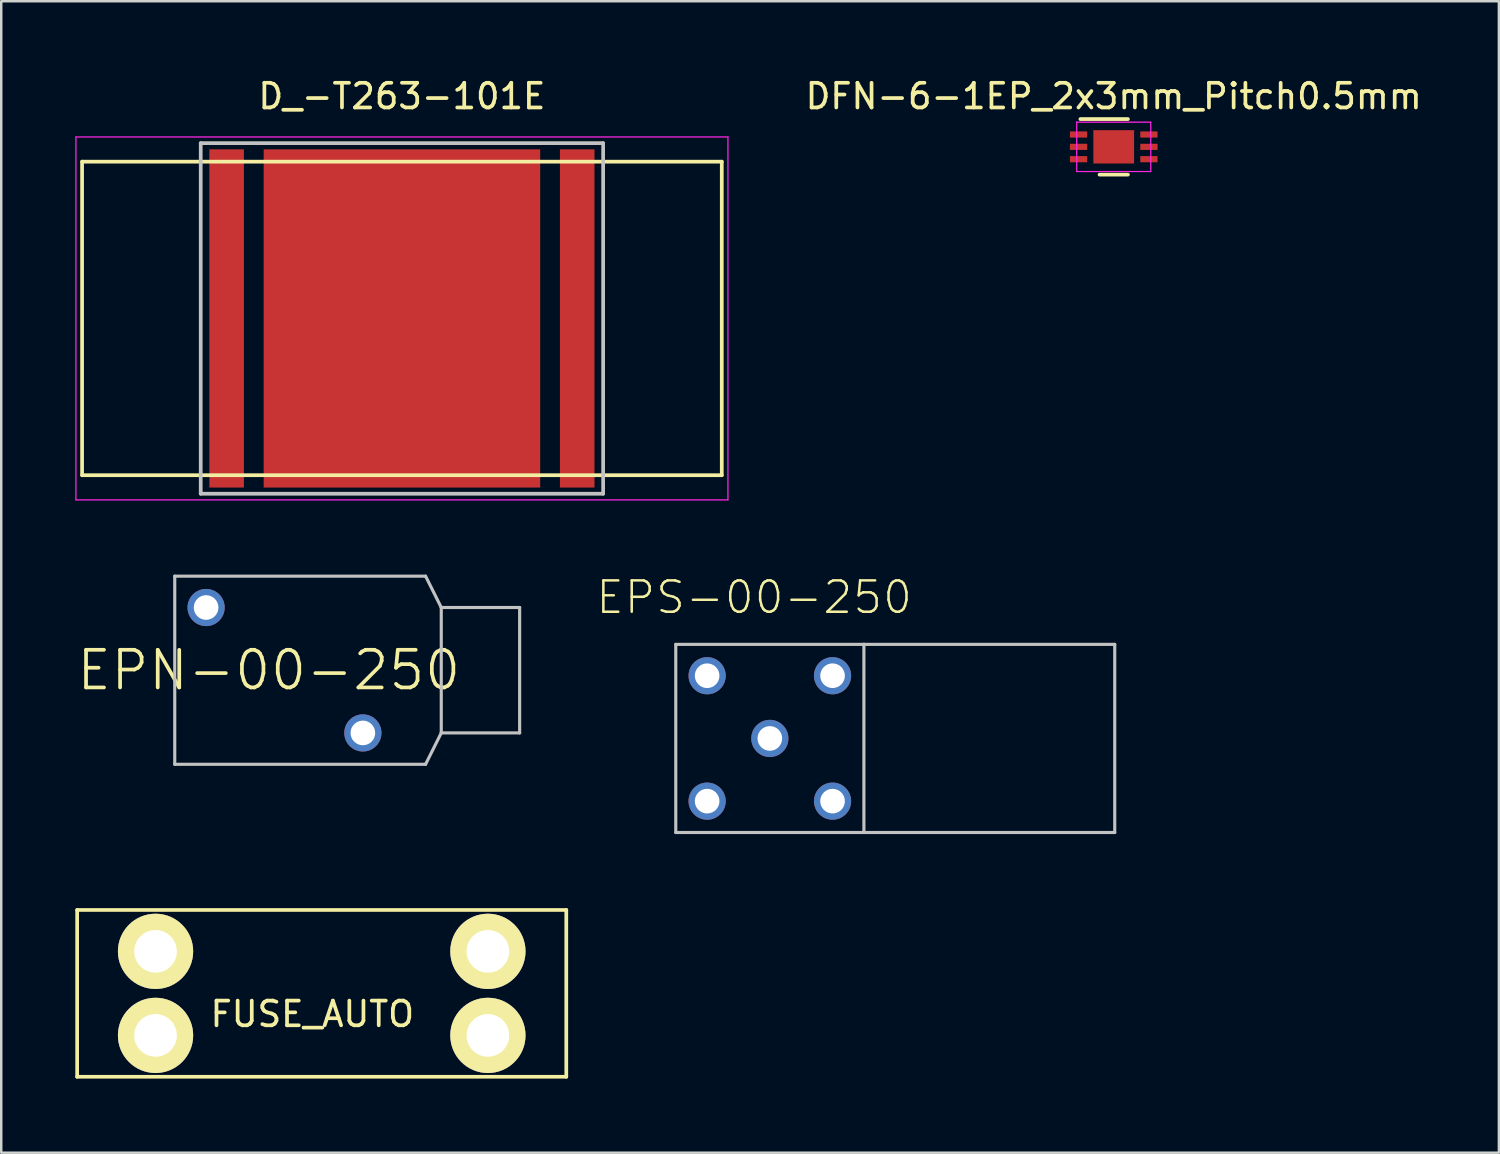
<source format=kicad_pcb>
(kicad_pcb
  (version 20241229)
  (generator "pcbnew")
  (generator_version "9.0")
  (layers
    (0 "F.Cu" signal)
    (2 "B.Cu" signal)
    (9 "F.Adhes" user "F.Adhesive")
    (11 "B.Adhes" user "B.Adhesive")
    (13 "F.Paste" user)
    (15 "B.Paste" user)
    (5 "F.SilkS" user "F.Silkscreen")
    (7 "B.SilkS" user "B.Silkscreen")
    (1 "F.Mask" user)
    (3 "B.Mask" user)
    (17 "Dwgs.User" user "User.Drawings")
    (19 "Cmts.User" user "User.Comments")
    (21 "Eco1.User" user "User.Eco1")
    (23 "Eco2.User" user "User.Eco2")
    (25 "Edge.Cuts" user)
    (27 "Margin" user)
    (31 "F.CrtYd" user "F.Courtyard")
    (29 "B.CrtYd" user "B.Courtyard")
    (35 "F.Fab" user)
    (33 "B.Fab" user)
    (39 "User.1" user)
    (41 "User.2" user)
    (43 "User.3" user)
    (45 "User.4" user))
  (footprint "DFN-6-1EP_2x3mm_Pitch0.5mm"
    (layer "F.Cu")
    (at 42.061 2.898)
    (property "Reference" "DFN-6-1EP_2x3mm_Pitch0.5mm" (at 0 -2.05 0) (layer "F.SilkS") (effects (font (size 1 1) (thickness 0.15))))
    (attr smd)
    (fp_line (start -1.35 -1.125) (end 0.575 -1.125) (stroke (width 0.15) (type solid)) (layer "F.SilkS"))
    (fp_line (start -0.575 1.125) (end 0.575 1.125) (stroke (width 0.15) (type solid)) (layer "F.SilkS"))
    (fp_line (start -1.5 -1) (end -1.5 1) (stroke (width 0.05) (type solid)) (layer "F.CrtYd"))
    (fp_line (start -1.5 -1) (end 1.5 -1) (stroke (width 0.05) (type solid)) (layer "F.CrtYd"))
    (fp_line (start -1.5 1) (end 1.5 1) (stroke (width 0.05) (type solid)) (layer "F.CrtYd"))
    (fp_line (start 1.5 -1) (end 1.5 1) (stroke (width 0.05) (type solid)) (layer "F.CrtYd"))
    (pad "1" smd rect (at -1.425 -0.5) (size 0.7 0.25) (layers "F.Cu" "F.Mask" "F.Paste"))
    (pad "2" smd rect (at -1.425 0) (size 0.7 0.25) (layers "F.Cu" "F.Mask" "F.Paste"))
    (pad "3" smd rect (at -1.425 0.5) (size 0.7 0.25) (layers "F.Cu" "F.Mask" "F.Paste"))
    (pad "4" smd rect (at 1.425 0.5) (size 0.7 0.25) (layers "F.Cu" "F.Mask" "F.Paste"))
    (pad "5" smd rect (at 1.425 0) (size 0.7 0.25) (layers "F.Cu" "F.Mask" "F.Paste"))
    (pad "6" smd rect (at 1.425 -0.5) (size 0.7 0.25) (layers "F.Cu" "F.Mask" "F.Paste"))
    (pad "7" smd rect (at 0 0) (size 1.65 1.35) (layers "F.Cu" "F.Mask" "F.Paste")))
  (footprint "EPN-00-250"
    (layer "F.Cu")
    (at 7.838 24.097)
    (property "Reference" "EPN-00-250" (at 0 0 0) (layer "F.SilkS") (effects (font (size 1.524 1.524) (thickness 0.15))))
    (attr exclude_from_pos_files exclude_from_bom)
    (fp_line (start -3.81 -3.81) (end -3.81 3.81) (stroke (width 0.127) (type solid)) (layer "Dwgs.User"))
    (fp_line (start -3.81 3.81) (end 6.35 3.81) (stroke (width 0.127) (type solid)) (layer "Dwgs.User"))
    (fp_line (start 6.35 -3.81) (end -3.81 -3.81) (stroke (width 0.127) (type solid)) (layer "Dwgs.User"))
    (fp_line (start 6.35 3.81) (end 6.985 2.54) (stroke (width 0.127) (type solid)) (layer "Dwgs.User"))
    (fp_line (start 6.985 -2.54) (end 6.35 -3.81) (stroke (width 0.127) (type solid)) (layer "Dwgs.User"))
    (fp_line (start 6.985 -2.54) (end 10.16 -2.54) (stroke (width 0.127) (type solid)) (layer "Dwgs.User"))
    (fp_line (start 6.985 2.54) (end 6.985 -2.54) (stroke (width 0.127) (type solid)) (layer "Dwgs.User"))
    (fp_line (start 10.16 -2.54) (end 10.16 2.54) (stroke (width 0.127) (type solid)) (layer "Dwgs.User"))
    (fp_line (start 10.16 2.54) (end 6.985 2.54) (stroke (width 0.127) (type solid)) (layer "Dwgs.User"))
    (pad "P$1" thru_hole circle (at -2.54 -2.54) (size 1.506 1.506) (drill 0.998) (layers "*.Cu" "*.Paste" "*.Mask"))
    (pad "P$2" thru_hole circle (at 3.81 2.54) (size 1.506 1.506) (drill 0.998) (layers "*.Cu" "*.Paste" "*.Mask")))
  (footprint "D_-T263-101E"
    (layer "F.Cu")
    (at 13.23 9.848)
    (property "Reference" "D_-T263-101E" (at 0 -9 0) (layer "F.SilkS") (effects (font (size 1 1) (thickness 0.15))))
    (attr through_hole)
    (fp_line (start -12.955 6.35) (end -12.955 -6.35) (stroke (width 0.15) (type solid)) (layer "F.SilkS"))
    (fp_line (start 12.955 -6.35) (end -12.955 -6.35) (stroke (width 0.15) (type solid)) (layer "F.SilkS"))
    (fp_line (start 12.955 6.35) (end -12.955 6.35) (stroke (width 0.15) (type solid)) (layer "F.SilkS"))
    (fp_line (start 12.955 6.35) (end 12.955 -6.35) (stroke (width 0.15) (type solid)) (layer "F.SilkS"))
    (fp_line (start -8.15 7.1) (end -8.15 -7.1) (stroke (width 0.15) (type solid)) (layer "Dwgs.User"))
    (fp_line (start 8.15 -7.1) (end -8.15 -7.1) (stroke (width 0.15) (type solid)) (layer "Dwgs.User"))
    (fp_line (start 8.15 7.1) (end -8.15 7.1) (stroke (width 0.15) (type solid)) (layer "Dwgs.User"))
    (fp_line (start 8.15 7.1) (end 8.15 -7.1) (stroke (width 0.15) (type solid)) (layer "Dwgs.User"))
    (fp_line (start -13.205 -7.35) (end -13.205 7.35) (stroke (width 0.05) (type solid)) (layer "F.CrtYd"))
    (fp_line (start 13.205 -7.35) (end -13.205 -7.35) (stroke (width 0.05) (type solid)) (layer "F.CrtYd"))
    (fp_line (start 13.205 -7.35) (end 13.205 7.35) (stroke (width 0.05) (type solid)) (layer "F.CrtYd"))
    (fp_line (start 13.205 7.35) (end -13.205 7.35) (stroke (width 0.05) (type solid)) (layer "F.CrtYd"))
    (pad "~" smd rect (at -7.1 0) (size 1.4 13.7) (layers "F.Cu" "F.Mask" "F.Paste"))
    (pad "~" smd rect (at 0 0) (size 11.2 13.7) (layers "F.Cu" "F.Mask" "F.Paste"))
    (pad "~" smd rect (at 7.1 0) (size 1.4 13.7) (layers "F.Cu" "F.Mask" "F.Paste")))
  (footprint "FUSE_AUTO"
    (layer "F.Cu")
    (at 3.25 35.484)
    (property "Reference" "FUSE_AUTO" (at 6.35 2.54 0) (layer "F.SilkS") (effects (font (size 1 1) (thickness 0.15))))
    (attr through_hole)
    (fp_line (start -3.175 -1.676) (end -3.175 5.08) (stroke (width 0.15) (type solid)) (layer "F.SilkS"))
    (fp_line (start -3.175 -1.676) (end 16.637 -1.676) (stroke (width 0.15) (type solid)) (layer "F.SilkS"))
    (fp_line (start -3.175 5.08) (end 16.637 5.08) (stroke (width 0.15) (type solid)) (layer "F.SilkS"))
    (fp_line (start 16.637 5.08) (end 16.637 -1.676) (stroke (width 0.15) (type solid)) (layer "F.SilkS"))
    (pad "1" thru_hole circle (at 0 0) (size 3.048 3.048) (drill 1.727) (layers "*.Cu" "*.Mask" "F.SilkS"))
    (pad "1" thru_hole circle (at 0 3.404) (size 3.048 3.048) (drill 1.727) (layers "*.Cu" "*.Mask" "F.SilkS"))
    (pad "2" thru_hole circle (at 13.462 0) (size 3.048 3.048) (drill 1.727) (layers "*.Cu" "*.Mask" "F.SilkS"))
    (pad "2" thru_hole circle (at 13.462 3.404) (size 3.048 3.048) (drill 1.727) (layers "*.Cu" "*.Mask" "F.SilkS")))
  (footprint "EPS-00-250"
    (layer "F.Cu")
    (at 28.132 26.86)
    (property "Reference" "EPS-00-250" (at -0.635 -5.715 0) (layer "F.SilkS") (effects (font (size 1.27 1.27) (thickness 0.102))))
    (attr exclude_from_pos_files exclude_from_bom)
    (fp_line (start -3.81 -3.81) (end -3.81 3.81) (stroke (width 0.127) (type solid)) (layer "Dwgs.User"))
    (fp_line (start -3.81 3.81) (end 3.81 3.81) (stroke (width 0.127) (type solid)) (layer "Dwgs.User"))
    (fp_line (start 3.81 -3.81) (end -3.81 -3.81) (stroke (width 0.127) (type solid)) (layer "Dwgs.User"))
    (fp_line (start 3.81 3.81) (end 3.81 -3.81) (stroke (width 0.127) (type solid)) (layer "Dwgs.User"))
    (fp_line (start 3.81 3.81) (end 13.97 3.81) (stroke (width 0.127) (type solid)) (layer "Dwgs.User"))
    (fp_line (start 13.97 -3.81) (end 3.81 -3.81) (stroke (width 0.127) (type solid)) (layer "Dwgs.User"))
    (fp_line (start 13.97 3.81) (end 13.97 -3.81) (stroke (width 0.127) (type solid)) (layer "Dwgs.User"))
    (pad "1" thru_hole circle (at 0 0) (size 1.506 1.506) (drill 0.998) (layers "*.Cu" "*.Paste" "*.Mask"))
    (pad "2" thru_hole circle (at -2.54 -2.54) (size 1.506 1.506) (drill 0.998) (layers "*.Cu" "*.Paste" "*.Mask"))
    (pad "3" thru_hole circle (at 2.54 -2.54) (size 1.506 1.506) (drill 0.998) (layers "*.Cu" "*.Paste" "*.Mask"))
    (pad "4" thru_hole circle (at -2.54 2.54) (size 1.506 1.506) (drill 0.998) (layers "*.Cu" "*.Paste" "*.Mask"))
    (pad "5" thru_hole circle (at 2.54 2.54) (size 1.506 1.506) (drill 0.998) (layers "*.Cu" "*.Paste" "*.Mask")))
  (gr_rect
    (start -3 -3)
    (end 57.662 43.639)
    (stroke (width 0.1) (type default))
    (fill no)
    (layer "Edge.Cuts")))
</source>
